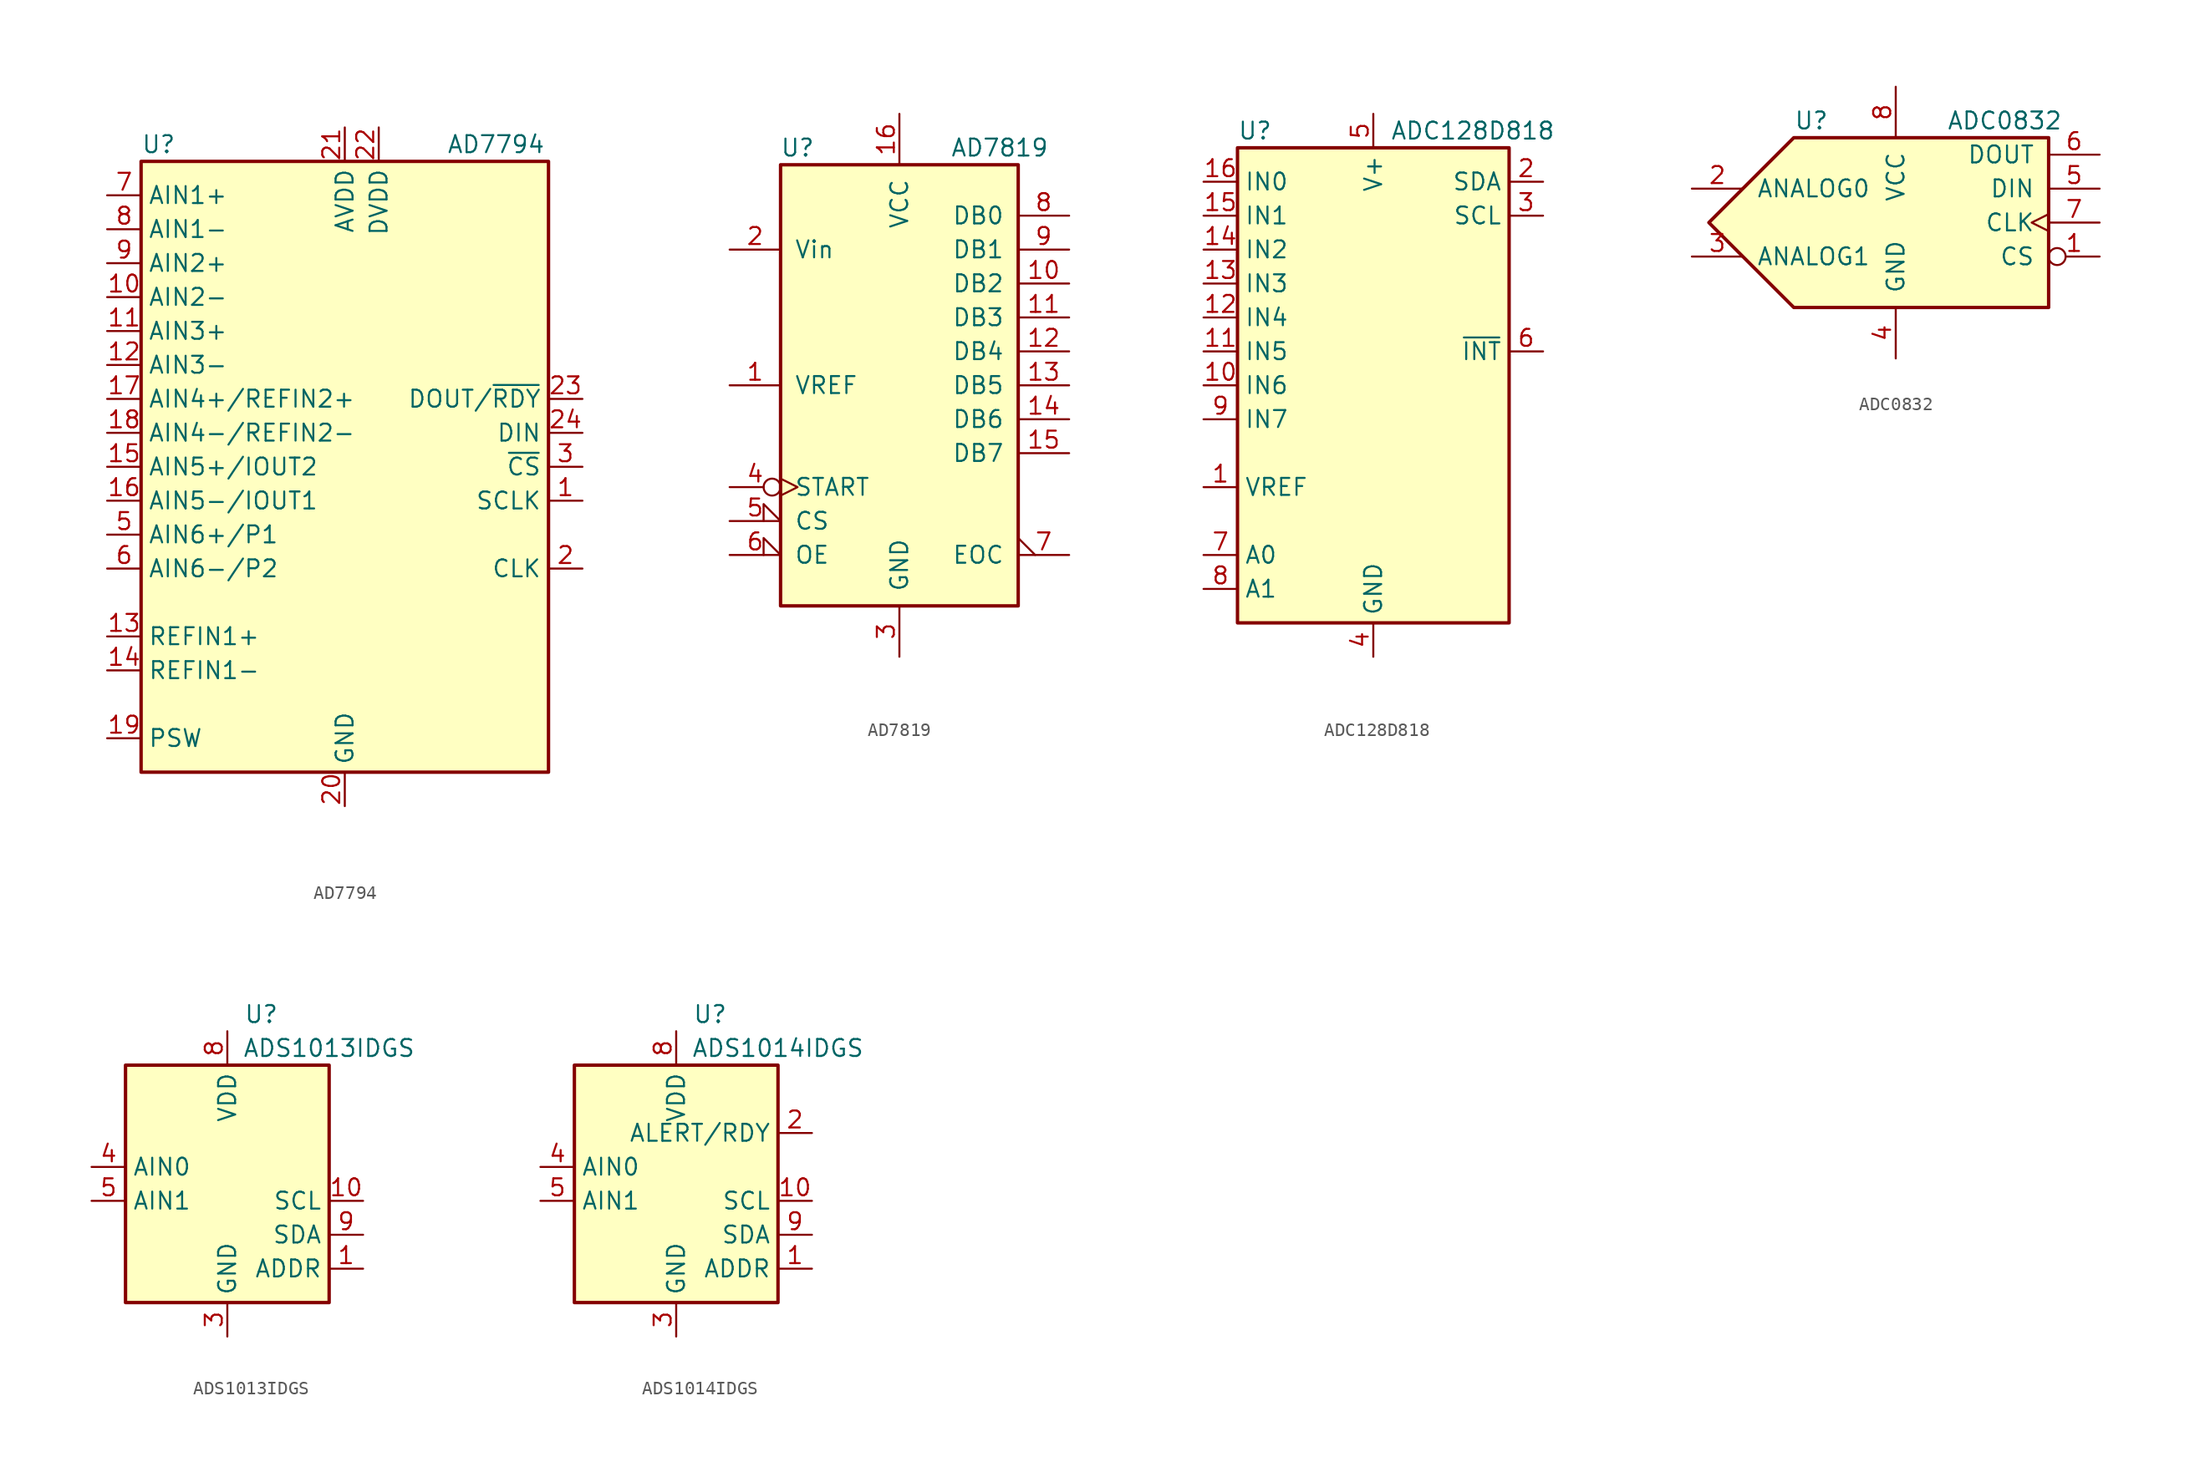
<source format=kicad_sym>
(kicad_symbol_lib
  (version 20241209)
  (generator "kicad_symbol_editor")
  (generator_version "9.0")
  (symbol "AD7794"
    (property "Reference" "U"
      (at -15.24 24.13 0)
      (effects (font (size 1.27 1.27)) (justify left)))
    (property "Value" "AD7794"
      (at 7.62 24.13 0)
      (effects (font (size 1.27 1.27)) (justify left)))
    (symbol "AD7794_0_1"
      (rectangle (start -15.24 22.86) (end 15.24 -22.86) (stroke (width 0.254) (type default)) (fill (type background))))
    (symbol "AD7794_1_1"
      (pin input line (at -17.78 20.32 0) (length 2.54) (name "AIN1+" (effects (font (size 1.27 1.27)))) (number "7" (effects (font (size 1.27 1.27)))))
      (pin input line (at -17.78 17.78 0) (length 2.54) (name "AIN1-" (effects (font (size 1.27 1.27)))) (number "8" (effects (font (size 1.27 1.27)))))
      (pin input line (at -17.78 15.24 0) (length 2.54) (name "AIN2+" (effects (font (size 1.27 1.27)))) (number "9" (effects (font (size 1.27 1.27)))))
      (pin input line (at -17.78 12.7 0) (length 2.54) (name "AIN2-" (effects (font (size 1.27 1.27)))) (number "10" (effects (font (size 1.27 1.27)))))
      (pin input line (at -17.78 10.16 0) (length 2.54) (name "AIN3+" (effects (font (size 1.27 1.27)))) (number "11" (effects (font (size 1.27 1.27)))))
      (pin input line (at -17.78 7.62 0) (length 2.54) (name "AIN3-" (effects (font (size 1.27 1.27)))) (number "12" (effects (font (size 1.27 1.27)))))
      (pin input line (at -17.78 5.08 0) (length 2.54) (name "AIN4+/REFIN2+" (effects (font (size 1.27 1.27)))) (number "17" (effects (font (size 1.27 1.27)))))
      (pin input line (at -17.78 2.54 0) (length 2.54) (name "AIN4-/REFIN2-" (effects (font (size 1.27 1.27)))) (number "18" (effects (font (size 1.27 1.27)))))
      (pin input line (at -17.78 0 0) (length 2.54) (name "AIN5+/IOUT2" (effects (font (size 1.27 1.27)))) (number "15" (effects (font (size 1.27 1.27)))))
      (pin input line (at -17.78 -2.54 0) (length 2.54) (name "AIN5-/IOUT1" (effects (font (size 1.27 1.27)))) (number "16" (effects (font (size 1.27 1.27)))))
      (pin input line (at -17.78 -5.08 0) (length 2.54) (name "AIN6+/P1" (effects (font (size 1.27 1.27)))) (number "5" (effects (font (size 1.27 1.27)))))
      (pin input line (at -17.78 -7.62 0) (length 2.54) (name "AIN6-/P2" (effects (font (size 1.27 1.27)))) (number "6" (effects (font (size 1.27 1.27)))))
      (pin input line (at -17.78 -12.7 0) (length 2.54) (name "REFIN1+" (effects (font (size 1.27 1.27)))) (number "13" (effects (font (size 1.27 1.27)))))
      (pin input line (at -17.78 -15.24 0) (length 2.54) (name "REFIN1-" (effects (font (size 1.27 1.27)))) (number "14" (effects (font (size 1.27 1.27)))))
      (pin passive line (at -17.78 -20.32 0) (length 2.54) (name "PSW" (effects (font (size 1.27 1.27)))) (number "19" (effects (font (size 1.27 1.27)))))
      (pin power_in line (at 0 25.4 270) (length 2.54) (name "AVDD" (effects (font (size 1.27 1.27)))) (number "21" (effects (font (size 1.27 1.27)))))
      (pin power_in line (at 0 -25.4 90) (length 2.54) (name "GND" (effects (font (size 1.27 1.27)))) (number "20" (effects (font (size 1.27 1.27)))))
      (pin power_in line (at 2.54 25.4 270) (length 2.54) (name "DVDD" (effects (font (size 1.27 1.27)))) (number "22" (effects (font (size 1.27 1.27)))))
      (pin no_connect line (at 15.24 -20.32 180) (length 2.54) (hide yes) (name "NC" (effects (font (size 1.27 1.27)))) (number "4" (effects (font (size 1.27 1.27)))))
      (pin output line (at 17.78 5.08 180) (length 2.54) (name "DOUT/~{RDY}" (effects (font (size 1.27 1.27)))) (number "23" (effects (font (size 1.27 1.27)))))
      (pin input line (at 17.78 2.54 180) (length 2.54) (name "DIN" (effects (font (size 1.27 1.27)))) (number "24" (effects (font (size 1.27 1.27)))))
      (pin input line (at 17.78 0 180) (length 2.54) (name "~{CS}" (effects (font (size 1.27 1.27)))) (number "3" (effects (font (size 1.27 1.27)))))
      (pin input line (at 17.78 -2.54 180) (length 2.54) (name "SCLK" (effects (font (size 1.27 1.27)))) (number "1" (effects (font (size 1.27 1.27)))))
      (pin bidirectional line (at 17.78 -7.62 180) (length 2.54) (name "CLK" (effects (font (size 1.27 1.27)))) (number "2" (effects (font (size 1.27 1.27)))))))
  (symbol "AD7819"
    (pin_names
      (offset 1.016))
    (property "Reference" "U"
      (at -7.62 17.78 0)
      (effects (font (size 1.27 1.27))))
    (property "Value" "AD7819"
      (at 3.81 17.78 0)
      (effects (font (size 1.27 1.27)) (justify left)))
    (symbol "AD7819_0_1"
      (rectangle (start -8.89 -16.51) (end 8.89 16.51) (stroke (width 0.254) (type default)) (fill (type background))))
    (symbol "AD7819_1_1"
      (pin input line (at -12.7 10.16 0) (length 3.81) (name "Vin" (effects (font (size 1.27 1.27)))) (number "2" (effects (font (size 1.27 1.27)))))
      (pin input line (at -12.7 0 0) (length 3.81) (name "VREF" (effects (font (size 1.27 1.27)))) (number "1" (effects (font (size 1.27 1.27)))))
      (pin input inverted_clock (at -12.7 -7.62 0) (length 3.81) (name "START" (effects (font (size 1.27 1.27)))) (number "4" (effects (font (size 1.27 1.27)))))
      (pin input input_low (at -12.7 -10.16 0) (length 3.81) (name "CS" (effects (font (size 1.27 1.27)))) (number "5" (effects (font (size 1.27 1.27)))))
      (pin input input_low (at -12.7 -12.7 0) (length 3.81) (name "OE" (effects (font (size 1.27 1.27)))) (number "6" (effects (font (size 1.27 1.27)))))
      (pin power_in line (at 0 20.32 270) (length 3.81) (name "VCC" (effects (font (size 1.27 1.27)))) (number "16" (effects (font (size 1.27 1.27)))))
      (pin power_in line (at 0 -20.32 90) (length 3.81) (name "GND" (effects (font (size 1.27 1.27)))) (number "3" (effects (font (size 1.27 1.27)))))
      (pin tri_state line (at 12.7 12.7 180) (length 3.81) (name "DB0" (effects (font (size 1.27 1.27)))) (number "8" (effects (font (size 1.27 1.27)))))
      (pin tri_state line (at 12.7 10.16 180) (length 3.81) (name "DB1" (effects (font (size 1.27 1.27)))) (number "9" (effects (font (size 1.27 1.27)))))
      (pin tri_state line (at 12.7 7.62 180) (length 3.81) (name "DB2" (effects (font (size 1.27 1.27)))) (number "10" (effects (font (size 1.27 1.27)))))
      (pin tri_state line (at 12.7 5.08 180) (length 3.81) (name "DB3" (effects (font (size 1.27 1.27)))) (number "11" (effects (font (size 1.27 1.27)))))
      (pin tri_state line (at 12.7 2.54 180) (length 3.81) (name "DB4" (effects (font (size 1.27 1.27)))) (number "12" (effects (font (size 1.27 1.27)))))
      (pin tri_state line (at 12.7 0 180) (length 3.81) (name "DB5" (effects (font (size 1.27 1.27)))) (number "13" (effects (font (size 1.27 1.27)))))
      (pin tri_state line (at 12.7 -2.54 180) (length 3.81) (name "DB6" (effects (font (size 1.27 1.27)))) (number "14" (effects (font (size 1.27 1.27)))))
      (pin tri_state line (at 12.7 -5.08 180) (length 3.81) (name "DB7" (effects (font (size 1.27 1.27)))) (number "15" (effects (font (size 1.27 1.27)))))
      (pin output output_low (at 12.7 -12.7 180) (length 3.81) (name "EOC" (effects (font (size 1.27 1.27)))) (number "7" (effects (font (size 1.27 1.27)))))))
  (symbol "ADC128D818"
    (property "Reference" "U"
      (at -10.16 19.05 0)
      (effects (font (size 1.27 1.27)) (justify left)))
    (property "Value" "ADC128D818"
      (at 1.27 19.05 0)
      (effects (font (size 1.27 1.27)) (justify left)))
    (symbol "ADC128D818_0_1"
      (rectangle (start -10.16 17.78) (end 10.16 -17.78) (stroke (width 0.254) (type default)) (fill (type background))))
    (symbol "ADC128D818_1_1"
      (pin input line (at -12.7 15.24 0) (length 2.54) (name "IN0" (effects (font (size 1.27 1.27)))) (number "16" (effects (font (size 1.27 1.27)))))
      (pin input line (at -12.7 12.7 0) (length 2.54) (name "IN1" (effects (font (size 1.27 1.27)))) (number "15" (effects (font (size 1.27 1.27)))))
      (pin input line (at -12.7 10.16 0) (length 2.54) (name "IN2" (effects (font (size 1.27 1.27)))) (number "14" (effects (font (size 1.27 1.27)))))
      (pin input line (at -12.7 7.62 0) (length 2.54) (name "IN3" (effects (font (size 1.27 1.27)))) (number "13" (effects (font (size 1.27 1.27)))))
      (pin input line (at -12.7 5.08 0) (length 2.54) (name "IN4" (effects (font (size 1.27 1.27)))) (number "12" (effects (font (size 1.27 1.27)))))
      (pin input line (at -12.7 2.54 0) (length 2.54) (name "IN5" (effects (font (size 1.27 1.27)))) (number "11" (effects (font (size 1.27 1.27)))))
      (pin input line (at -12.7 0 0) (length 2.54) (name "IN6" (effects (font (size 1.27 1.27)))) (number "10" (effects (font (size 1.27 1.27)))))
      (pin input line (at -12.7 -2.54 0) (length 2.54) (name "IN7" (effects (font (size 1.27 1.27)))) (number "9" (effects (font (size 1.27 1.27)))))
      (pin input line (at -12.7 -7.62 0) (length 2.54) (name "VREF" (effects (font (size 1.27 1.27)))) (number "1" (effects (font (size 1.27 1.27)))))
      (pin input line (at -12.7 -12.7 0) (length 2.54) (name "A0" (effects (font (size 1.27 1.27)))) (number "7" (effects (font (size 1.27 1.27)))))
      (pin input line (at -12.7 -15.24 0) (length 2.54) (name "A1" (effects (font (size 1.27 1.27)))) (number "8" (effects (font (size 1.27 1.27)))))
      (pin power_in line (at 0 20.32 270) (length 2.54) (name "V+" (effects (font (size 1.27 1.27)))) (number "5" (effects (font (size 1.27 1.27)))))
      (pin power_in line (at 0 -20.32 90) (length 2.54) (name "GND" (effects (font (size 1.27 1.27)))) (number "4" (effects (font (size 1.27 1.27)))))
      (pin bidirectional line (at 12.7 15.24 180) (length 2.54) (name "SDA" (effects (font (size 1.27 1.27)))) (number "2" (effects (font (size 1.27 1.27)))))
      (pin input line (at 12.7 12.7 180) (length 2.54) (name "SCL" (effects (font (size 1.27 1.27)))) (number "3" (effects (font (size 1.27 1.27)))))
      (pin output line (at 12.7 2.54 180) (length 2.54) (name "~{INT}" (effects (font (size 1.27 1.27)))) (number "6" (effects (font (size 1.27 1.27)))))))
  (symbol "ADC0832"
    (pin_names
      (offset 1.016))
    (property "Reference" "U"
      (at -7.62 7.62 0)
      (effects (font (size 1.27 1.27)) (justify left)))
    (property "Value" "ADC0832"
      (at 3.81 7.62 0)
      (effects (font (size 1.27 1.27)) (justify left)))
    (symbol "ADC0832_0_1"
      (polyline (pts (xy -13.97 0) (xy -7.62 6.35) (xy 11.43 6.35) (xy 11.43 -6.35) (xy -7.62 -6.35) (xy -13.97 0)) (stroke (width 0.254) (type default)) (fill (type background))))
    (symbol "ADC0832_1_1"
      (pin input line (at -15.24 2.54 0) (length 3.81) (name "ANALOG0" (effects (font (size 1.27 1.27)))) (number "2" (effects (font (size 1.27 1.27)))))
      (pin input line (at -15.24 -2.54 0) (length 3.81) (name "ANALOG1" (effects (font (size 1.27 1.27)))) (number "3" (effects (font (size 1.27 1.27)))))
      (pin input line (at 0 10.16 270) (length 3.81) (name "VCC" (effects (font (size 1.27 1.27)))) (number "8" (effects (font (size 1.27 1.27)))))
      (pin input line (at 0 -10.16 90) (length 3.81) (name "GND" (effects (font (size 1.27 1.27)))) (number "4" (effects (font (size 1.27 1.27)))))
      (pin output line (at 15.24 5.08 180) (length 3.81) (name "DOUT" (effects (font (size 1.27 1.27)))) (number "6" (effects (font (size 1.27 1.27)))))
      (pin input line (at 15.24 2.54 180) (length 3.81) (name "DIN" (effects (font (size 1.27 1.27)))) (number "5" (effects (font (size 1.27 1.27)))))
      (pin input clock (at 15.24 0 180) (length 3.81) (name "CLK" (effects (font (size 1.27 1.27)))) (number "7" (effects (font (size 1.27 1.27)))))
      (pin input inverted (at 15.24 -2.54 180) (length 3.81) (name "CS" (effects (font (size 1.27 1.27)))) (number "1" (effects (font (size 1.27 1.27)))))))
  (symbol "ADS1013IDGS"
    (property "Reference" "U"
      (at 2.54 13.97 0)
      (effects (font (size 1.27 1.27))))
    (property "Value" "ADS1013IDGS"
      (at 7.62 11.43 0)
      (effects (font (size 1.27 1.27))))
    (symbol "ADS1013IDGS_0_1"
      (rectangle (start -7.62 10.16) (end 7.62 -7.62) (stroke (width 0.254) (type default)) (fill (type background))))
    (symbol "ADS1013IDGS_1_1"
      (pin input line (at -10.16 2.54 0) (length 2.54) (name "AIN0" (effects (font (size 1.27 1.27)))) (number "4" (effects (font (size 1.27 1.27)))))
      (pin input line (at -10.16 0 0) (length 2.54) (name "AIN1" (effects (font (size 1.27 1.27)))) (number "5" (effects (font (size 1.27 1.27)))))
      (pin power_in line (at 0 12.7 270) (length 2.54) (name "VDD" (effects (font (size 1.27 1.27)))) (number "8" (effects (font (size 1.27 1.27)))))
      (pin power_in line (at 0 -10.16 90) (length 2.54) (name "GND" (effects (font (size 1.27 1.27)))) (number "3" (effects (font (size 1.27 1.27)))))
      (pin no_connect line (at 7.62 7.62 180) (length 2.54) (hide yes) (name "~" (effects (font (size 1.27 1.27)))) (number "2" (effects (font (size 1.27 1.27)))))
      (pin no_connect line (at 7.62 5.08 180) (length 2.54) (hide yes) (name "~" (effects (font (size 1.27 1.27)))) (number "6" (effects (font (size 1.27 1.27)))))
      (pin no_connect line (at 7.62 2.54 180) (length 2.54) (hide yes) (name "~" (effects (font (size 1.27 1.27)))) (number "7" (effects (font (size 1.27 1.27)))))
      (pin input line (at 10.16 0 180) (length 2.54) (name "SCL" (effects (font (size 1.27 1.27)))) (number "10" (effects (font (size 1.27 1.27)))))
      (pin bidirectional line (at 10.16 -2.54 180) (length 2.54) (name "SDA" (effects (font (size 1.27 1.27)))) (number "9" (effects (font (size 1.27 1.27)))))
      (pin input line (at 10.16 -5.08 180) (length 2.54) (name "ADDR" (effects (font (size 1.27 1.27)))) (number "1" (effects (font (size 1.27 1.27)))))))
  (symbol "ADS1014IDGS"
    (property "Reference" "U"
      (at 2.54 13.97 0)
      (effects (font (size 1.27 1.27))))
    (property "Value" "ADS1014IDGS"
      (at 7.62 11.43 0)
      (effects (font (size 1.27 1.27))))
    (symbol "ADS1014IDGS_0_1"
      (rectangle (start -7.62 10.16) (end 7.62 -7.62) (stroke (width 0.254) (type default)) (fill (type background))))
    (symbol "ADS1014IDGS_1_1"
      (pin input line (at -10.16 2.54 0) (length 2.54) (name "AIN0" (effects (font (size 1.27 1.27)))) (number "4" (effects (font (size 1.27 1.27)))))
      (pin input line (at -10.16 0 0) (length 2.54) (name "AIN1" (effects (font (size 1.27 1.27)))) (number "5" (effects (font (size 1.27 1.27)))))
      (pin no_connect line (at -7.62 7.62 0) (length 2.54) (hide yes) (name "~" (effects (font (size 1.27 1.27)))) (number "6" (effects (font (size 1.27 1.27)))))
      (pin no_connect line (at -7.62 5.08 0) (length 2.54) (hide yes) (name "~" (effects (font (size 1.27 1.27)))) (number "7" (effects (font (size 1.27 1.27)))))
      (pin power_in line (at 0 12.7 270) (length 2.54) (name "VDD" (effects (font (size 1.27 1.27)))) (number "8" (effects (font (size 1.27 1.27)))))
      (pin power_in line (at 0 -10.16 90) (length 2.54) (name "GND" (effects (font (size 1.27 1.27)))) (number "3" (effects (font (size 1.27 1.27)))))
      (pin output line (at 10.16 5.08 180) (length 2.54) (name "ALERT/RDY" (effects (font (size 1.27 1.27)))) (number "2" (effects (font (size 1.27 1.27)))))
      (pin input line (at 10.16 0 180) (length 2.54) (name "SCL" (effects (font (size 1.27 1.27)))) (number "10" (effects (font (size 1.27 1.27)))))
      (pin bidirectional line (at 10.16 -2.54 180) (length 2.54) (name "SDA" (effects (font (size 1.27 1.27)))) (number "9" (effects (font (size 1.27 1.27)))))
      (pin input line (at 10.16 -5.08 180) (length 2.54) (name "ADDR" (effects (font (size 1.27 1.27)))) (number "1" (effects (font (size 1.27 1.27))))))))
</source>
